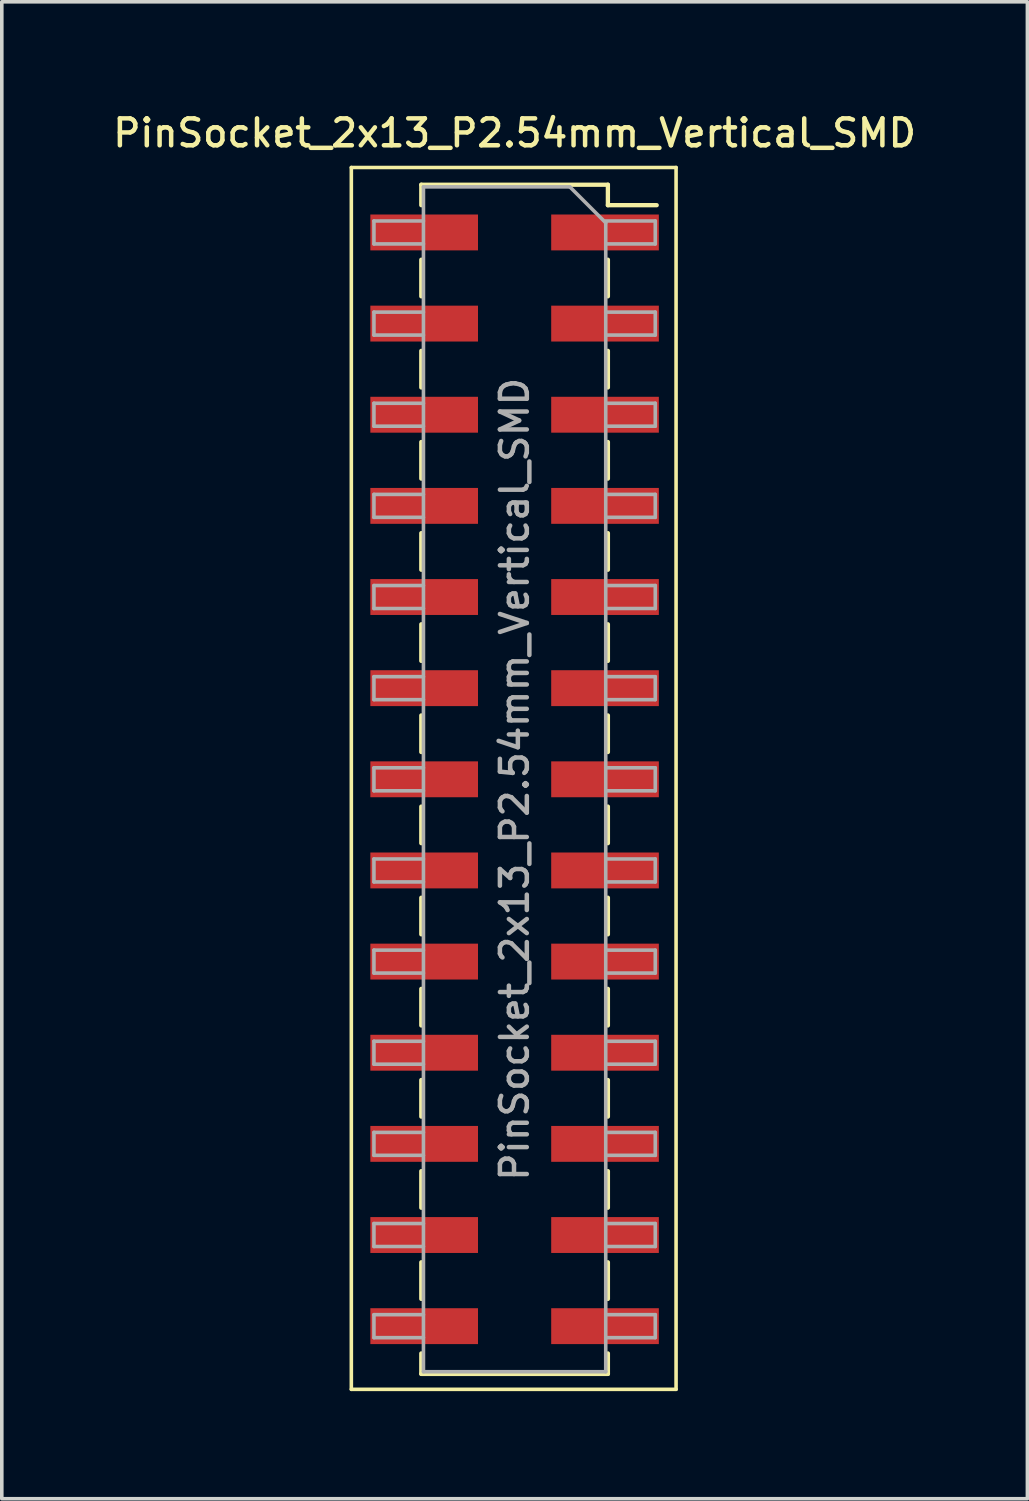
<source format=kicad_pcb>
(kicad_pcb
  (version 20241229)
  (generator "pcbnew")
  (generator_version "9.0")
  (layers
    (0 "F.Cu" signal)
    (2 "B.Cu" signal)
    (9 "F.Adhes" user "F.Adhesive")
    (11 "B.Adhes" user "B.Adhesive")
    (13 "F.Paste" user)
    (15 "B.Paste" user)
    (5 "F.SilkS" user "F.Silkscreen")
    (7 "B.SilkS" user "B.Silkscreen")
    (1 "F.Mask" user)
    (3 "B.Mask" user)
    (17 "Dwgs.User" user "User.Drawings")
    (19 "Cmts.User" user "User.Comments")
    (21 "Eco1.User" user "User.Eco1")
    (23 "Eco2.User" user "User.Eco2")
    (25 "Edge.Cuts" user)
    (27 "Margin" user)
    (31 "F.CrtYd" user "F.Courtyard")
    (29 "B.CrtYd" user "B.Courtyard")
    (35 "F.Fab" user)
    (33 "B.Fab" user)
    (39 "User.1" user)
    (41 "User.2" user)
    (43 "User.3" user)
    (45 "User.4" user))
  (footprint "PinSocket_2x13_P2.54mm_Vertical_SMD"
    (layer "F.Cu")
    (at 11.291 18.668)
    (property "Reference" "PinSocket_2x13_P2.54mm_Vertical_SMD" (at 0 -18.01 0) (layer "F.SilkS") (effects (font (size 0.75 0.75) (thickness 0.125))))
    (attr smd)
    (fp_line (start -4.55 -17.05) (end 4.5 -17.05) (stroke (width 0.1) (type solid)) (layer "F.SilkS"))
    (fp_line (start -4.55 17) (end -4.55 -17.05) (stroke (width 0.1) (type solid)) (layer "F.SilkS"))
    (fp_line (start -2.6 -16.57) (end -2.6 -16) (stroke (width 0.12) (type solid)) (layer "F.SilkS"))
    (fp_line (start -2.6 -16.57) (end 2.6 -16.57) (stroke (width 0.12) (type solid)) (layer "F.SilkS"))
    (fp_line (start -2.6 -14.48) (end -2.6 -13.46) (stroke (width 0.12) (type solid)) (layer "F.SilkS"))
    (fp_line (start -2.6 -11.94) (end -2.6 -10.92) (stroke (width 0.12) (type solid)) (layer "F.SilkS"))
    (fp_line (start -2.6 -9.4) (end -2.6 -8.38) (stroke (width 0.12) (type solid)) (layer "F.SilkS"))
    (fp_line (start -2.6 -6.86) (end -2.6 -5.84) (stroke (width 0.12) (type solid)) (layer "F.SilkS"))
    (fp_line (start -2.6 -4.32) (end -2.6 -3.3) (stroke (width 0.12) (type solid)) (layer "F.SilkS"))
    (fp_line (start -2.6 -1.78) (end -2.6 -0.76) (stroke (width 0.12) (type solid)) (layer "F.SilkS"))
    (fp_line (start -2.6 0.76) (end -2.6 1.78) (stroke (width 0.12) (type solid)) (layer "F.SilkS"))
    (fp_line (start -2.6 3.3) (end -2.6 4.32) (stroke (width 0.12) (type solid)) (layer "F.SilkS"))
    (fp_line (start -2.6 5.84) (end -2.6 6.86) (stroke (width 0.12) (type solid)) (layer "F.SilkS"))
    (fp_line (start -2.6 8.38) (end -2.6 9.4) (stroke (width 0.12) (type solid)) (layer "F.SilkS"))
    (fp_line (start -2.6 10.92) (end -2.6 11.94) (stroke (width 0.12) (type solid)) (layer "F.SilkS"))
    (fp_line (start -2.6 13.46) (end -2.6 14.48) (stroke (width 0.12) (type solid)) (layer "F.SilkS"))
    (fp_line (start -2.6 16) (end -2.6 16.57) (stroke (width 0.12) (type solid)) (layer "F.SilkS"))
    (fp_line (start -2.6 16.57) (end 2.6 16.57) (stroke (width 0.12) (type solid)) (layer "F.SilkS"))
    (fp_line (start 2.6 -16.57) (end 2.6 -16) (stroke (width 0.12) (type solid)) (layer "F.SilkS"))
    (fp_line (start 2.6 -16) (end 3.96 -16) (stroke (width 0.12) (type solid)) (layer "F.SilkS"))
    (fp_line (start 2.6 -14.48) (end 2.6 -13.46) (stroke (width 0.12) (type solid)) (layer "F.SilkS"))
    (fp_line (start 2.6 -11.94) (end 2.6 -10.92) (stroke (width 0.12) (type solid)) (layer "F.SilkS"))
    (fp_line (start 2.6 -9.4) (end 2.6 -8.38) (stroke (width 0.12) (type solid)) (layer "F.SilkS"))
    (fp_line (start 2.6 -6.86) (end 2.6 -5.84) (stroke (width 0.12) (type solid)) (layer "F.SilkS"))
    (fp_line (start 2.6 -4.32) (end 2.6 -3.3) (stroke (width 0.12) (type solid)) (layer "F.SilkS"))
    (fp_line (start 2.6 -1.78) (end 2.6 -0.76) (stroke (width 0.12) (type solid)) (layer "F.SilkS"))
    (fp_line (start 2.6 0.76) (end 2.6 1.78) (stroke (width 0.12) (type solid)) (layer "F.SilkS"))
    (fp_line (start 2.6 3.3) (end 2.6 4.32) (stroke (width 0.12) (type solid)) (layer "F.SilkS"))
    (fp_line (start 2.6 5.84) (end 2.6 6.86) (stroke (width 0.12) (type solid)) (layer "F.SilkS"))
    (fp_line (start 2.6 8.38) (end 2.6 9.4) (stroke (width 0.12) (type solid)) (layer "F.SilkS"))
    (fp_line (start 2.6 10.92) (end 2.6 11.94) (stroke (width 0.12) (type solid)) (layer "F.SilkS"))
    (fp_line (start 2.6 13.46) (end 2.6 14.48) (stroke (width 0.12) (type solid)) (layer "F.SilkS"))
    (fp_line (start 2.6 16) (end 2.6 16.57) (stroke (width 0.12) (type solid)) (layer "F.SilkS"))
    (fp_line (start 4.5 -17.05) (end 4.5 17) (stroke (width 0.1) (type solid)) (layer "F.SilkS"))
    (fp_line (start 4.5 17) (end -4.55 17) (stroke (width 0.1) (type solid)) (layer "F.SilkS"))
    (fp_line (start -3.92 -15.56) (end -2.54 -15.56) (stroke (width 0.1) (type solid)) (layer "F.Fab"))
    (fp_line (start -3.92 -14.92) (end -3.92 -15.56) (stroke (width 0.1) (type solid)) (layer "F.Fab"))
    (fp_line (start -3.92 -13.02) (end -2.54 -13.02) (stroke (width 0.1) (type solid)) (layer "F.Fab"))
    (fp_line (start -3.92 -12.38) (end -3.92 -13.02) (stroke (width 0.1) (type solid)) (layer "F.Fab"))
    (fp_line (start -3.92 -10.48) (end -2.54 -10.48) (stroke (width 0.1) (type solid)) (layer "F.Fab"))
    (fp_line (start -3.92 -9.84) (end -3.92 -10.48) (stroke (width 0.1) (type solid)) (layer "F.Fab"))
    (fp_line (start -3.92 -7.94) (end -2.54 -7.94) (stroke (width 0.1) (type solid)) (layer "F.Fab"))
    (fp_line (start -3.92 -7.3) (end -3.92 -7.94) (stroke (width 0.1) (type solid)) (layer "F.Fab"))
    (fp_line (start -3.92 -5.4) (end -2.54 -5.4) (stroke (width 0.1) (type solid)) (layer "F.Fab"))
    (fp_line (start -3.92 -4.76) (end -3.92 -5.4) (stroke (width 0.1) (type solid)) (layer "F.Fab"))
    (fp_line (start -3.92 -2.86) (end -2.54 -2.86) (stroke (width 0.1) (type solid)) (layer "F.Fab"))
    (fp_line (start -3.92 -2.22) (end -3.92 -2.86) (stroke (width 0.1) (type solid)) (layer "F.Fab"))
    (fp_line (start -3.92 -0.32) (end -2.54 -0.32) (stroke (width 0.1) (type solid)) (layer "F.Fab"))
    (fp_line (start -3.92 0.32) (end -3.92 -0.32) (stroke (width 0.1) (type solid)) (layer "F.Fab"))
    (fp_line (start -3.92 2.22) (end -2.54 2.22) (stroke (width 0.1) (type solid)) (layer "F.Fab"))
    (fp_line (start -3.92 2.86) (end -3.92 2.22) (stroke (width 0.1) (type solid)) (layer "F.Fab"))
    (fp_line (start -3.92 4.76) (end -2.54 4.76) (stroke (width 0.1) (type solid)) (layer "F.Fab"))
    (fp_line (start -3.92 5.4) (end -3.92 4.76) (stroke (width 0.1) (type solid)) (layer "F.Fab"))
    (fp_line (start -3.92 7.3) (end -2.54 7.3) (stroke (width 0.1) (type solid)) (layer "F.Fab"))
    (fp_line (start -3.92 7.94) (end -3.92 7.3) (stroke (width 0.1) (type solid)) (layer "F.Fab"))
    (fp_line (start -3.92 9.84) (end -2.54 9.84) (stroke (width 0.1) (type solid)) (layer "F.Fab"))
    (fp_line (start -3.92 10.48) (end -3.92 9.84) (stroke (width 0.1) (type solid)) (layer "F.Fab"))
    (fp_line (start -3.92 12.38) (end -2.54 12.38) (stroke (width 0.1) (type solid)) (layer "F.Fab"))
    (fp_line (start -3.92 13.02) (end -3.92 12.38) (stroke (width 0.1) (type solid)) (layer "F.Fab"))
    (fp_line (start -3.92 14.92) (end -2.54 14.92) (stroke (width 0.1) (type solid)) (layer "F.Fab"))
    (fp_line (start -3.92 15.56) (end -3.92 14.92) (stroke (width 0.1) (type solid)) (layer "F.Fab"))
    (fp_line (start -2.54 -16.51) (end 1.54 -16.51) (stroke (width 0.1) (type solid)) (layer "F.Fab"))
    (fp_line (start -2.54 -14.92) (end -3.92 -14.92) (stroke (width 0.1) (type solid)) (layer "F.Fab"))
    (fp_line (start -2.54 -12.38) (end -3.92 -12.38) (stroke (width 0.1) (type solid)) (layer "F.Fab"))
    (fp_line (start -2.54 -9.84) (end -3.92 -9.84) (stroke (width 0.1) (type solid)) (layer "F.Fab"))
    (fp_line (start -2.54 -7.3) (end -3.92 -7.3) (stroke (width 0.1) (type solid)) (layer "F.Fab"))
    (fp_line (start -2.54 -4.76) (end -3.92 -4.76) (stroke (width 0.1) (type solid)) (layer "F.Fab"))
    (fp_line (start -2.54 -2.22) (end -3.92 -2.22) (stroke (width 0.1) (type solid)) (layer "F.Fab"))
    (fp_line (start -2.54 0.32) (end -3.92 0.32) (stroke (width 0.1) (type solid)) (layer "F.Fab"))
    (fp_line (start -2.54 2.86) (end -3.92 2.86) (stroke (width 0.1) (type solid)) (layer "F.Fab"))
    (fp_line (start -2.54 5.4) (end -3.92 5.4) (stroke (width 0.1) (type solid)) (layer "F.Fab"))
    (fp_line (start -2.54 7.94) (end -3.92 7.94) (stroke (width 0.1) (type solid)) (layer "F.Fab"))
    (fp_line (start -2.54 10.48) (end -3.92 10.48) (stroke (width 0.1) (type solid)) (layer "F.Fab"))
    (fp_line (start -2.54 13.02) (end -3.92 13.02) (stroke (width 0.1) (type solid)) (layer "F.Fab"))
    (fp_line (start -2.54 15.56) (end -3.92 15.56) (stroke (width 0.1) (type solid)) (layer "F.Fab"))
    (fp_line (start -2.54 16.51) (end -2.54 -16.51) (stroke (width 0.1) (type solid)) (layer "F.Fab"))
    (fp_line (start 1.54 -16.51) (end 2.54 -15.51) (stroke (width 0.1) (type solid)) (layer "F.Fab"))
    (fp_line (start 2.54 -15.56) (end 3.92 -15.56) (stroke (width 0.1) (type solid)) (layer "F.Fab"))
    (fp_line (start 2.54 -15.51) (end 2.54 16.51) (stroke (width 0.1) (type solid)) (layer "F.Fab"))
    (fp_line (start 2.54 -13.02) (end 3.92 -13.02) (stroke (width 0.1) (type solid)) (layer "F.Fab"))
    (fp_line (start 2.54 -10.48) (end 3.92 -10.48) (stroke (width 0.1) (type solid)) (layer "F.Fab"))
    (fp_line (start 2.54 -7.94) (end 3.92 -7.94) (stroke (width 0.1) (type solid)) (layer "F.Fab"))
    (fp_line (start 2.54 -5.4) (end 3.92 -5.4) (stroke (width 0.1) (type solid)) (layer "F.Fab"))
    (fp_line (start 2.54 -2.86) (end 3.92 -2.86) (stroke (width 0.1) (type solid)) (layer "F.Fab"))
    (fp_line (start 2.54 -0.32) (end 3.92 -0.32) (stroke (width 0.1) (type solid)) (layer "F.Fab"))
    (fp_line (start 2.54 2.22) (end 3.92 2.22) (stroke (width 0.1) (type solid)) (layer "F.Fab"))
    (fp_line (start 2.54 4.76) (end 3.92 4.76) (stroke (width 0.1) (type solid)) (layer "F.Fab"))
    (fp_line (start 2.54 7.3) (end 3.92 7.3) (stroke (width 0.1) (type solid)) (layer "F.Fab"))
    (fp_line (start 2.54 9.84) (end 3.92 9.84) (stroke (width 0.1) (type solid)) (layer "F.Fab"))
    (fp_line (start 2.54 12.38) (end 3.92 12.38) (stroke (width 0.1) (type solid)) (layer "F.Fab"))
    (fp_line (start 2.54 14.92) (end 3.92 14.92) (stroke (width 0.1) (type solid)) (layer "F.Fab"))
    (fp_line (start 2.54 16.51) (end -2.54 16.51) (stroke (width 0.1) (type solid)) (layer "F.Fab"))
    (fp_line (start 3.92 -15.56) (end 3.92 -14.92) (stroke (width 0.1) (type solid)) (layer "F.Fab"))
    (fp_line (start 3.92 -14.92) (end 2.54 -14.92) (stroke (width 0.1) (type solid)) (layer "F.Fab"))
    (fp_line (start 3.92 -13.02) (end 3.92 -12.38) (stroke (width 0.1) (type solid)) (layer "F.Fab"))
    (fp_line (start 3.92 -12.38) (end 2.54 -12.38) (stroke (width 0.1) (type solid)) (layer "F.Fab"))
    (fp_line (start 3.92 -10.48) (end 3.92 -9.84) (stroke (width 0.1) (type solid)) (layer "F.Fab"))
    (fp_line (start 3.92 -9.84) (end 2.54 -9.84) (stroke (width 0.1) (type solid)) (layer "F.Fab"))
    (fp_line (start 3.92 -7.94) (end 3.92 -7.3) (stroke (width 0.1) (type solid)) (layer "F.Fab"))
    (fp_line (start 3.92 -7.3) (end 2.54 -7.3) (stroke (width 0.1) (type solid)) (layer "F.Fab"))
    (fp_line (start 3.92 -5.4) (end 3.92 -4.76) (stroke (width 0.1) (type solid)) (layer "F.Fab"))
    (fp_line (start 3.92 -4.76) (end 2.54 -4.76) (stroke (width 0.1) (type solid)) (layer "F.Fab"))
    (fp_line (start 3.92 -2.86) (end 3.92 -2.22) (stroke (width 0.1) (type solid)) (layer "F.Fab"))
    (fp_line (start 3.92 -2.22) (end 2.54 -2.22) (stroke (width 0.1) (type solid)) (layer "F.Fab"))
    (fp_line (start 3.92 -0.32) (end 3.92 0.32) (stroke (width 0.1) (type solid)) (layer "F.Fab"))
    (fp_line (start 3.92 0.32) (end 2.54 0.32) (stroke (width 0.1) (type solid)) (layer "F.Fab"))
    (fp_line (start 3.92 2.22) (end 3.92 2.86) (stroke (width 0.1) (type solid)) (layer "F.Fab"))
    (fp_line (start 3.92 2.86) (end 2.54 2.86) (stroke (width 0.1) (type solid)) (layer "F.Fab"))
    (fp_line (start 3.92 4.76) (end 3.92 5.4) (stroke (width 0.1) (type solid)) (layer "F.Fab"))
    (fp_line (start 3.92 5.4) (end 2.54 5.4) (stroke (width 0.1) (type solid)) (layer "F.Fab"))
    (fp_line (start 3.92 7.3) (end 3.92 7.94) (stroke (width 0.1) (type solid)) (layer "F.Fab"))
    (fp_line (start 3.92 7.94) (end 2.54 7.94) (stroke (width 0.1) (type solid)) (layer "F.Fab"))
    (fp_line (start 3.92 9.84) (end 3.92 10.48) (stroke (width 0.1) (type solid)) (layer "F.Fab"))
    (fp_line (start 3.92 10.48) (end 2.54 10.48) (stroke (width 0.1) (type solid)) (layer "F.Fab"))
    (fp_line (start 3.92 12.38) (end 3.92 13.02) (stroke (width 0.1) (type solid)) (layer "F.Fab"))
    (fp_line (start 3.92 13.02) (end 2.54 13.02) (stroke (width 0.1) (type solid)) (layer "F.Fab"))
    (fp_line (start 3.92 14.92) (end 3.92 15.56) (stroke (width 0.1) (type solid)) (layer "F.Fab"))
    (fp_line (start 3.92 15.56) (end 2.54 15.56) (stroke (width 0.1) (type solid)) (layer "F.Fab"))
    (fp_text user "${REFERENCE}" (at 0 0 90) (layer "F.Fab") (effects (font (size 0.75 0.75) (thickness 0.125))))
    (pad "1" smd rect (at 2.52 -15.24) (size 3 1) (layers "F.Cu" "F.Mask" "F.Paste"))
    (pad "2" smd rect (at -2.52 -15.24) (size 3 1) (layers "F.Cu" "F.Mask" "F.Paste"))
    (pad "3" smd rect (at 2.52 -12.7) (size 3 1) (layers "F.Cu" "F.Mask" "F.Paste"))
    (pad "4" smd rect (at -2.52 -12.7) (size 3 1) (layers "F.Cu" "F.Mask" "F.Paste"))
    (pad "5" smd rect (at 2.52 -10.16) (size 3 1) (layers "F.Cu" "F.Mask" "F.Paste"))
    (pad "6" smd rect (at -2.52 -10.16) (size 3 1) (layers "F.Cu" "F.Mask" "F.Paste"))
    (pad "7" smd rect (at 2.52 -7.62) (size 3 1) (layers "F.Cu" "F.Mask" "F.Paste"))
    (pad "8" smd rect (at -2.52 -7.62) (size 3 1) (layers "F.Cu" "F.Mask" "F.Paste"))
    (pad "9" smd rect (at 2.52 -5.08) (size 3 1) (layers "F.Cu" "F.Mask" "F.Paste"))
    (pad "10" smd rect (at -2.52 -5.08) (size 3 1) (layers "F.Cu" "F.Mask" "F.Paste"))
    (pad "11" smd rect (at 2.52 -2.54) (size 3 1) (layers "F.Cu" "F.Mask" "F.Paste"))
    (pad "12" smd rect (at -2.52 -2.54) (size 3 1) (layers "F.Cu" "F.Mask" "F.Paste"))
    (pad "13" smd rect (at 2.52 0) (size 3 1) (layers "F.Cu" "F.Mask" "F.Paste"))
    (pad "14" smd rect (at -2.52 0) (size 3 1) (layers "F.Cu" "F.Mask" "F.Paste"))
    (pad "15" smd rect (at 2.52 2.54) (size 3 1) (layers "F.Cu" "F.Mask" "F.Paste"))
    (pad "16" smd rect (at -2.52 2.54) (size 3 1) (layers "F.Cu" "F.Mask" "F.Paste"))
    (pad "17" smd rect (at 2.52 5.08) (size 3 1) (layers "F.Cu" "F.Mask" "F.Paste"))
    (pad "18" smd rect (at -2.52 5.08) (size 3 1) (layers "F.Cu" "F.Mask" "F.Paste"))
    (pad "19" smd rect (at 2.52 7.62) (size 3 1) (layers "F.Cu" "F.Mask" "F.Paste"))
    (pad "20" smd rect (at -2.52 7.62) (size 3 1) (layers "F.Cu" "F.Mask" "F.Paste"))
    (pad "21" smd rect (at 2.52 10.16) (size 3 1) (layers "F.Cu" "F.Mask" "F.Paste"))
    (pad "22" smd rect (at -2.52 10.16) (size 3 1) (layers "F.Cu" "F.Mask" "F.Paste"))
    (pad "23" smd rect (at 2.52 12.7) (size 3 1) (layers "F.Cu" "F.Mask" "F.Paste"))
    (pad "24" smd rect (at -2.52 12.7) (size 3 1) (layers "F.Cu" "F.Mask" "F.Paste"))
    (pad "25" smd rect (at 2.52 15.24) (size 3 1) (layers "F.Cu" "F.Mask" "F.Paste"))
    (pad "26" smd rect (at -2.52 15.24) (size 3 1) (layers "F.Cu" "F.Mask" "F.Paste")))
  (gr_rect
    (start -3 -3)
    (end 25.582 38.718)
    (stroke (width 0.1) (type default))
    (fill no)
    (layer "Edge.Cuts")))
</source>
